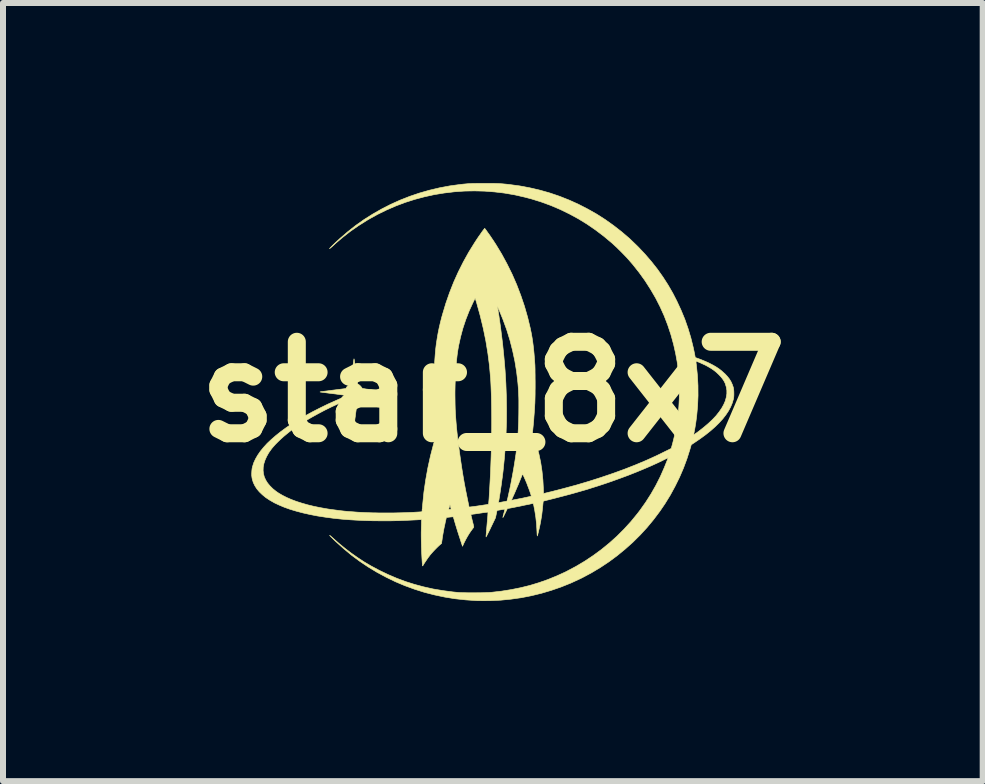
<source format=kicad_pcb>
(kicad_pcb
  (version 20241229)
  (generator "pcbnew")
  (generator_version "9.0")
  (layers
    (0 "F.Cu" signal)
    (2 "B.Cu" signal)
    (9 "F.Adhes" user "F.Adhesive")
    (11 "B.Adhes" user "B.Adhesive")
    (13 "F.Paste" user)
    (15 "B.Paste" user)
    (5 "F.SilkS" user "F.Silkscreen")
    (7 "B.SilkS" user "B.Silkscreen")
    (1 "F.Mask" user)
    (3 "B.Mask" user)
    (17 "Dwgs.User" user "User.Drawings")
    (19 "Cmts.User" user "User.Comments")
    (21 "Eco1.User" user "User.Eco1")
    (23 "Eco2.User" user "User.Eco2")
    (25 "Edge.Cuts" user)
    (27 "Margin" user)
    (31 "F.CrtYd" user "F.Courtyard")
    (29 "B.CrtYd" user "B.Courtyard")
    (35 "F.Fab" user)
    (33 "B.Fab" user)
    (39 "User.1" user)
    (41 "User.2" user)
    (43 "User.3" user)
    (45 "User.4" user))
  (footprint "star_8x7"
    (layer "F.Cu")
    (at 5.16 3.478)
    (property "Reference" "star_8x7" (at 0 0 0) (layer "F.SilkS") (effects (font (size 1.524 1.524) (thickness 0.3))))
    (attr through_hole)
    (fp_poly (pts (xy -0.082 -3.473) (xy -0.036 -3.473) (xy 0.004 -3.473) (xy 0.04 -3.472) (xy 0.072 -3.471) (xy 0.102 -3.47) (xy 0.131 -3.468) (xy 0.16 -3.466) (xy 0.191 -3.463) (xy 0.224 -3.46) (xy 0.262 -3.456) (xy 0.277 -3.454) (xy 0.448 -3.431) (xy 0.618 -3.399) (xy 0.785 -3.36) (xy 0.95 -3.313) (xy 1.112 -3.258) (xy 1.271 -3.195) (xy 1.426 -3.125) (xy 1.578 -3.047) (xy 1.727 -2.963) (xy 1.871 -2.871) (xy 2.01 -2.772) (xy 2.145 -2.667) (xy 2.276 -2.555) (xy 2.4 -2.436) (xy 2.424 -2.412) (xy 2.537 -2.292) (xy 2.643 -2.169) (xy 2.742 -2.043) (xy 2.834 -1.913) (xy 2.92 -1.779) (xy 3 -1.64) (xy 3.065 -1.513) (xy 3.134 -1.364) (xy 3.197 -1.212) (xy 3.251 -1.058) (xy 3.298 -0.902) (xy 3.337 -0.745) (xy 3.358 -0.647) (xy 3.372 -0.572) (xy 3.399 -0.563) (xy 3.432 -0.551) (xy 3.469 -0.537) (xy 3.508 -0.521) (xy 3.548 -0.504) (xy 3.585 -0.488) (xy 3.605 -0.478) (xy 3.665 -0.447) (xy 3.719 -0.416) (xy 3.767 -0.384) (xy 3.811 -0.35) (xy 3.852 -0.313) (xy 3.868 -0.299) (xy 3.908 -0.256) (xy 3.941 -0.214) (xy 3.967 -0.171) (xy 3.988 -0.125) (xy 4.005 -0.077) (xy 4.006 -0.073) (xy 4.011 -0.047) (xy 4.014 -0.016) (xy 4.015 0.018) (xy 4.015 0.053) (xy 4.013 0.086) (xy 4.009 0.114) (xy 4.007 0.121) (xy 3.988 0.186) (xy 3.961 0.251) (xy 3.926 0.316) (xy 3.882 0.382) (xy 3.831 0.448) (xy 3.771 0.514) (xy 3.703 0.581) (xy 3.627 0.648) (xy 3.543 0.715) (xy 3.45 0.783) (xy 3.369 0.838) (xy 3.305 0.881) (xy 3.283 0.958) (xy 3.233 1.115) (xy 3.175 1.271) (xy 3.109 1.424) (xy 3.035 1.574) (xy 2.955 1.721) (xy 2.867 1.864) (xy 2.781 1.99) (xy 2.678 2.127) (xy 2.568 2.26) (xy 2.452 2.386) (xy 2.33 2.507) (xy 2.202 2.621) (xy 2.069 2.73) (xy 1.931 2.832) (xy 1.788 2.927) (xy 1.639 3.016) (xy 1.487 3.097) (xy 1.452 3.114) (xy 1.296 3.186) (xy 1.136 3.25) (xy 0.974 3.306) (xy 0.809 3.355) (xy 0.641 3.396) (xy 0.472 3.429) (xy 0.302 3.453) (xy 0.131 3.47) (xy -0.041 3.478) (xy -0.15 3.479) (xy -0.18 3.479) (xy -0.209 3.478) (xy -0.235 3.478) (xy -0.256 3.478) (xy -0.271 3.477) (xy -0.275 3.477) (xy -0.454 3.465) (xy -0.63 3.446) (xy -0.803 3.418) (xy -0.973 3.382) (xy -1.141 3.339) (xy -1.305 3.287) (xy -1.467 3.228) (xy -1.626 3.161) (xy -1.782 3.085) (xy -1.934 3.003) (xy -2.079 2.915) (xy -2.219 2.821) (xy -2.355 2.72) (xy -2.486 2.611) (xy -2.614 2.496) (xy -2.655 2.456) (xy -2.677 2.434) (xy -2.695 2.416) (xy -2.708 2.403) (xy -2.716 2.393) (xy -2.719 2.389) (xy -2.717 2.389) (xy -2.71 2.395) (xy -2.697 2.406) (xy -2.681 2.42) (xy -2.573 2.516) (xy -2.466 2.604) (xy -2.359 2.686) (xy -2.251 2.762) (xy -2.141 2.834) (xy -2.027 2.901) (xy -1.909 2.964) (xy -1.89 2.974) (xy -1.746 3.043) (xy -1.601 3.105) (xy -1.454 3.16) (xy -1.305 3.207) (xy -1.152 3.248) (xy -0.996 3.283) (xy -0.836 3.31) (xy -0.67 3.332) (xy -0.58 3.341) (xy -0.555 3.343) (xy -0.522 3.344) (xy -0.484 3.345) (xy -0.44 3.346) (xy -0.394 3.347) (xy -0.345 3.347) (xy -0.295 3.347) (xy -0.245 3.346) (xy -0.196 3.346) (xy -0.15 3.345) (xy -0.108 3.343) (xy -0.071 3.342) (xy -0.041 3.34) (xy -0.025 3.339) (xy 0.143 3.32) (xy 0.305 3.294) (xy 0.464 3.262) (xy 0.618 3.224) (xy 0.769 3.178) (xy 0.917 3.126) (xy 1.064 3.066) (xy 1.209 3) (xy 1.236 2.986) (xy 1.387 2.906) (xy 1.533 2.819) (xy 1.674 2.725) (xy 1.81 2.625) (xy 1.941 2.518) (xy 2.067 2.405) (xy 2.186 2.286) (xy 2.3 2.161) (xy 2.408 2.029) (xy 2.451 1.973) (xy 2.546 1.839) (xy 2.634 1.701) (xy 2.715 1.559) (xy 2.789 1.413) (xy 2.856 1.261) (xy 2.909 1.129) (xy 2.921 1.096) (xy 2.865 1.124) (xy 2.757 1.177) (xy 2.641 1.23) (xy 2.518 1.283) (xy 2.39 1.336) (xy 2.256 1.389) (xy 2.118 1.44) (xy 1.977 1.491) (xy 1.854 1.533) (xy 1.754 1.566) (xy 1.658 1.596) (xy 1.564 1.626) (xy 1.47 1.653) (xy 1.376 1.68) (xy 1.279 1.707) (xy 1.177 1.734) (xy 1.069 1.762) (xy 1.039 1.77) (xy 0.84 1.82) (xy 0.837 1.84) (xy 0.836 1.851) (xy 0.834 1.869) (xy 0.832 1.891) (xy 0.829 1.916) (xy 0.828 1.933) (xy 0.814 2.055) (xy 0.794 2.173) (xy 0.793 2.178) (xy 0.789 2.199) (xy 0.784 2.223) (xy 0.778 2.25) (xy 0.772 2.278) (xy 0.765 2.306) (xy 0.759 2.333) (xy 0.753 2.357) (xy 0.748 2.377) (xy 0.744 2.391) (xy 0.741 2.399) (xy 0.741 2.4) (xy 0.74 2.397) (xy 0.739 2.388) (xy 0.737 2.372) (xy 0.736 2.352) (xy 0.735 2.328) (xy 0.735 2.326) (xy 0.728 2.203) (xy 0.715 2.084) (xy 0.697 1.969) (xy 0.692 1.944) (xy 0.686 1.915) (xy 0.682 1.893) (xy 0.678 1.878) (xy 0.675 1.868) (xy 0.672 1.862) (xy 0.669 1.86) (xy 0.665 1.859) (xy 0.661 1.86) (xy 0.631 1.866) (xy 0.596 1.874) (xy 0.559 1.881) (xy 0.519 1.889) (xy 0.479 1.898) (xy 0.44 1.906) (xy 0.403 1.913) (xy 0.37 1.92) (xy 0.341 1.926) (xy 0.318 1.93) (xy 0.304 1.933) (xy 0.242 1.944) (xy 0.205 2.021) (xy 0.194 2.044) (xy 0.184 2.064) (xy 0.176 2.079) (xy 0.17 2.09) (xy 0.167 2.093) (xy 0.167 2.093) (xy 0.167 2.088) (xy 0.17 2.076) (xy 0.174 2.059) (xy 0.179 2.038) (xy 0.184 2.021) (xy 0.19 1.999) (xy 0.195 1.979) (xy 0.199 1.964) (xy 0.201 1.955) (xy 0.202 1.953) (xy 0.197 1.953) (xy 0.186 1.955) (xy 0.17 1.958) (xy 0.149 1.961) (xy 0.135 1.964) (xy 0.07 1.975) (xy 0.057 2.036) (xy 0.044 2.098) (xy -0.034 2.26) (xy -0.05 2.294) (xy -0.066 2.326) (xy -0.08 2.354) (xy -0.092 2.377) (xy -0.101 2.396) (xy -0.109 2.409) (xy -0.113 2.416) (xy -0.113 2.416) (xy -0.113 2.41) (xy -0.113 2.397) (xy -0.111 2.378) (xy -0.109 2.353) (xy -0.107 2.324) (xy -0.104 2.292) (xy -0.102 2.268) (xy -0.097 2.212) (xy -0.093 2.164) (xy -0.089 2.123) (xy -0.086 2.089) (xy -0.084 2.061) (xy -0.083 2.04) (xy -0.082 2.024) (xy -0.081 2.013) (xy -0.081 2.006) (xy -0.082 2.004) (xy -0.087 2.003) (xy -0.099 2.005) (xy -0.117 2.007) (xy -0.139 2.01) (xy -0.166 2.013) (xy -0.187 2.017) (xy -0.218 2.021) (xy -0.249 2.026) (xy -0.278 2.03) (xy -0.303 2.034) (xy -0.322 2.036) (xy -0.329 2.037) (xy -0.347 2.04) (xy -0.359 2.042) (xy -0.364 2.045) (xy -0.366 2.048) (xy -0.366 2.049) (xy -0.364 2.055) (xy -0.361 2.067) (xy -0.357 2.086) (xy -0.351 2.109) (xy -0.345 2.135) (xy -0.341 2.15) (xy -0.334 2.178) (xy -0.328 2.202) (xy -0.323 2.223) (xy -0.32 2.239) (xy -0.318 2.248) (xy -0.318 2.25) (xy -0.32 2.256) (xy -0.326 2.266) (xy -0.336 2.278) (xy -0.337 2.28) (xy -0.365 2.318) (xy -0.395 2.362) (xy -0.424 2.41) (xy -0.451 2.459) (xy -0.476 2.507) (xy -0.493 2.544) (xy -0.505 2.572) (xy -0.528 2.504) (xy -0.546 2.448) (xy -0.566 2.387) (xy -0.586 2.325) (xy -0.605 2.263) (xy -0.623 2.205) (xy -0.633 2.17) (xy -0.641 2.144) (xy -0.647 2.121) (xy -0.653 2.103) (xy -0.657 2.089) (xy -0.66 2.083) (xy -0.66 2.082) (xy -0.665 2.082) (xy -0.676 2.082) (xy -0.691 2.083) (xy -0.71 2.085) (xy -0.729 2.087) (xy -0.747 2.089) (xy -0.761 2.091) (xy -0.771 2.092) (xy -0.774 2.093) (xy -0.775 2.098) (xy -0.778 2.109) (xy -0.782 2.127) (xy -0.787 2.149) (xy -0.793 2.174) (xy -0.798 2.201) (xy -0.804 2.228) (xy -0.81 2.255) (xy -0.815 2.28) (xy -0.819 2.302) (xy -0.821 2.31) (xy -0.826 2.339) (xy -0.832 2.373) (xy -0.838 2.408) (xy -0.843 2.44) (xy -0.844 2.451) (xy -0.855 2.525) (xy -0.88 2.546) (xy -0.9 2.564) (xy -0.925 2.588) (xy -0.951 2.614) (xy -0.978 2.642) (xy -1.003 2.669) (xy -1.026 2.695) (xy -1.044 2.716) (xy -1.057 2.734) (xy -1.074 2.756) (xy -1.092 2.781) (xy -1.11 2.808) (xy -1.127 2.833) (xy -1.143 2.857) (xy -1.155 2.877) (xy -1.161 2.887) (xy -1.166 2.896) (xy -1.17 2.899) (xy -1.17 2.899) (xy -1.172 2.894) (xy -1.173 2.881) (xy -1.175 2.862) (xy -1.177 2.836) (xy -1.179 2.806) (xy -1.181 2.772) (xy -1.183 2.735) (xy -1.185 2.696) (xy -1.187 2.655) (xy -1.188 2.614) (xy -1.19 2.574) (xy -1.19 2.557) (xy -1.192 2.478) (xy -1.193 2.405) (xy -1.193 2.336) (xy -1.191 2.269) (xy -1.191 2.261) (xy -1.19 2.228) (xy -1.189 2.198) (xy -1.189 2.172) (xy -1.188 2.151) (xy -1.188 2.136) (xy -1.187 2.128) (xy -1.187 2.127) (xy -1.191 2.127) (xy -1.203 2.128) (xy -1.22 2.129) (xy -1.242 2.13) (xy -1.267 2.132) (xy -1.272 2.132) (xy -1.416 2.139) (xy -1.562 2.145) (xy -1.709 2.148) (xy -1.855 2.148) (xy -2 2.147) (xy -2.14 2.143) (xy -2.276 2.137) (xy -2.375 2.131) (xy -2.519 2.12) (xy -2.659 2.105) (xy -2.793 2.087) (xy -2.922 2.067) (xy -3.045 2.043) (xy -3.161 2.017) (xy -3.271 1.988) (xy -3.375 1.957) (xy -3.471 1.923) (xy -3.559 1.886) (xy -3.64 1.848) (xy -3.645 1.845) (xy -3.718 1.803) (xy -3.783 1.76) (xy -3.84 1.713) (xy -3.89 1.665) (xy -3.932 1.615) (xy -3.965 1.563) (xy -3.991 1.509) (xy -4.008 1.453) (xy -4.013 1.426) (xy -4.017 1.393) (xy -4.017 1.356) (xy -4.015 1.317) (xy -4.011 1.279) (xy -4.004 1.246) (xy -4.003 1.244) (xy -3.983 1.181) (xy -3.954 1.118) (xy -3.917 1.054) (xy -3.872 0.989) (xy -3.819 0.924) (xy -3.759 0.858) (xy -3.69 0.793) (xy -3.614 0.727) (xy -3.531 0.661) (xy -3.441 0.595) (xy -3.343 0.529) (xy -3.238 0.464) (xy -3.127 0.399) (xy -3.008 0.334) (xy -2.883 0.27) (xy -2.752 0.206) (xy -2.614 0.144) (xy -2.512 0.099) (xy -2.487 0.089) (xy -2.469 0.08) (xy -2.456 0.074) (xy -2.449 0.07) (xy -2.447 0.066) (xy -2.447 0.064) (xy -2.449 0.062) (xy -2.454 0.06) (xy -2.463 0.058) (xy -2.477 0.055) (xy -2.495 0.052) (xy -2.519 0.049) (xy -2.548 0.045) (xy -2.585 0.04) (xy -2.629 0.034) (xy -2.664 0.03) (xy -2.705 0.025) (xy -2.744 0.02) (xy -2.779 0.015) (xy -2.811 0.011) (xy -2.837 0.008) (xy -2.857 0.005) (xy -2.871 0.003) (xy -2.878 0.002) (xy -2.878 0.002) (xy -2.878 0.001) (xy -2.877 0.000295) (xy -2.873 -0.001) (xy -2.865 -0.002) (xy -2.855 -0.004) (xy -2.84 -0.006) (xy -2.82 -0.009) (xy -2.794 -0.012) (xy -2.762 -0.016) (xy -2.724 -0.021) (xy -2.678 -0.027) (xy -2.654 -0.03) (xy -2.614 -0.035) (xy -2.576 -0.04) (xy -2.541 -0.044) (xy -2.511 -0.048) (xy -2.486 -0.051) (xy -2.466 -0.054) (xy -2.454 -0.055) (xy -2.449 -0.056) (xy -2.449 -0.056) (xy -2.446 -0.06) (xy -2.442 -0.069) (xy -2.441 -0.07) (xy -2.431 -0.085) (xy -2.417 -0.101) (xy -2.4 -0.115) (xy -2.386 -0.125) (xy -2.374 -0.134) (xy -2.369 -0.145) (xy -2.368 -0.146) (xy -2.368 -0.153) (xy -2.366 -0.167) (xy -2.363 -0.188) (xy -2.359 -0.214) (xy -2.355 -0.246) (xy -2.35 -0.281) (xy -2.345 -0.319) (xy -2.341 -0.353) (xy -2.336 -0.393) (xy -2.331 -0.43) (xy -2.326 -0.463) (xy -2.322 -0.493) (xy -2.319 -0.517) (xy -2.316 -0.535) (xy -2.314 -0.546) (xy -2.314 -0.55) (xy -2.313 -0.55) (xy -2.312 -0.548) (xy -2.311 -0.545) (xy -2.31 -0.539) (xy -2.308 -0.529) (xy -2.306 -0.515) (xy -2.303 -0.496) (xy -2.3 -0.471) (xy -2.296 -0.441) (xy -2.291 -0.404) (xy -2.285 -0.359) (xy -2.282 -0.332) (xy -2.276 -0.292) (xy -2.271 -0.255) (xy -2.266 -0.221) (xy -2.262 -0.191) (xy -2.258 -0.167) (xy -2.255 -0.148) (xy -2.253 -0.136) (xy -2.252 -0.132) (xy -2.235 -0.123) (xy -2.217 -0.109) (xy -2.199 -0.09) (xy -2.183 -0.07) (xy -2.178 -0.062) (xy -2.176 -0.06) (xy -2.171 -0.058) (xy -2.162 -0.056) (xy -2.15 -0.054) (xy -2.132 -0.051) (xy -2.109 -0.047) (xy -2.08 -0.044) (xy -2.045 -0.039) (xy -2.002 -0.033) (xy -1.971 -0.029) (xy -1.921 -0.023) (xy -1.879 -0.018) (xy -1.845 -0.014) (xy -1.817 -0.01) (xy -1.795 -0.007) (xy -1.778 -0.005) (xy -1.765 -0.003) (xy -1.757 -0.001) (xy -1.752 -0.000074) (xy -1.749 0.001) (xy -1.749 0.002) (xy -1.749 0.002) (xy -1.753 0.003) (xy -1.765 0.004) (xy -1.784 0.007) (xy -1.809 0.01) (xy -1.839 0.014) (xy -1.873 0.019) (xy -1.911 0.024) (xy -1.952 0.029) (xy -1.964 0.03) (xy -2.177 0.057) (xy -2.184 0.072) (xy -2.194 0.086) (xy -2.208 0.102) (xy -2.225 0.116) (xy -2.24 0.127) (xy -2.243 0.129) (xy -2.252 0.134) (xy -2.256 0.138) (xy -2.256 0.139) (xy -2.257 0.144) (xy -2.258 0.156) (xy -2.261 0.175) (xy -2.264 0.199) (xy -2.268 0.227) (xy -2.272 0.259) (xy -2.276 0.293) (xy -2.281 0.329) (xy -2.286 0.365) (xy -2.29 0.4) (xy -2.295 0.433) (xy -2.299 0.464) (xy -2.302 0.491) (xy -2.305 0.513) (xy -2.308 0.53) (xy -2.309 0.539) (xy -2.309 0.541) (xy -2.311 0.55) (xy -2.313 0.554) (xy -2.313 0.554) (xy -2.314 0.55) (xy -2.316 0.538) (xy -2.319 0.519) (xy -2.322 0.494) (xy -2.326 0.465) (xy -2.331 0.431) (xy -2.336 0.393) (xy -2.341 0.356) (xy -2.346 0.315) (xy -2.351 0.277) (xy -2.356 0.242) (xy -2.36 0.211) (xy -2.364 0.185) (xy -2.366 0.165) (xy -2.368 0.152) (xy -2.369 0.146) (xy -2.375 0.134) (xy -2.385 0.127) (xy -2.391 0.124) (xy -2.396 0.123) (xy -2.403 0.123) (xy -2.413 0.127) (xy -2.427 0.132) (xy -2.445 0.14) (xy -2.567 0.194) (xy -2.686 0.249) (xy -2.802 0.306) (xy -2.913 0.365) (xy -3.02 0.424) (xy -3.121 0.483) (xy -3.216 0.543) (xy -3.303 0.602) (xy -3.325 0.617) (xy -3.378 0.656) (xy -3.43 0.698) (xy -3.482 0.741) (xy -3.531 0.785) (xy -3.577 0.829) (xy -3.619 0.871) (xy -3.656 0.912) (xy -3.687 0.949) (xy -3.689 0.952) (xy -3.733 1.014) (xy -3.768 1.076) (xy -3.795 1.136) (xy -3.814 1.195) (xy -3.825 1.253) (xy -3.827 1.309) (xy -3.821 1.364) (xy -3.807 1.417) (xy -3.784 1.468) (xy -3.753 1.518) (xy -3.713 1.566) (xy -3.666 1.613) (xy -3.61 1.658) (xy -3.569 1.686) (xy -3.506 1.723) (xy -3.435 1.759) (xy -3.357 1.793) (xy -3.272 1.825) (xy -3.181 1.854) (xy -3.083 1.882) (xy -2.98 1.907) (xy -2.872 1.929) (xy -2.76 1.949) (xy -2.7 1.958) (xy -2.623 1.968) (xy -2.549 1.978) (xy -2.477 1.986) (xy -2.404 1.993) (xy -2.33 1.998) (xy -2.254 2.004) (xy -2.174 2.008) (xy -2.088 2.012) (xy -1.996 2.015) (xy -1.965 2.015) (xy -1.895 2.017) (xy -1.82 2.017) (xy -1.74 2.017) (xy -1.659 2.017) (xy -1.576 2.015) (xy -1.494 2.013) (xy -1.414 2.01) (xy -1.339 2.007) (xy -1.269 2.003) (xy -1.218 2) (xy -1.181 1.997) (xy -1.179 1.984) (xy -1.178 1.976) (xy -1.177 1.961) (xy -1.177 1.958) (xy -0.737 1.958) (xy -0.733 1.959) (xy -0.724 1.959) (xy -0.713 1.958) (xy -0.703 1.957) (xy -0.696 1.955) (xy -0.696 1.954) (xy -0.696 1.95) (xy -0.698 1.939) (xy -0.702 1.924) (xy -0.704 1.916) (xy -0.714 1.879) (xy -0.725 1.917) (xy -0.73 1.933) (xy -0.734 1.947) (xy -0.736 1.956) (xy -0.737 1.958) (xy -1.177 1.958) (xy -1.175 1.94) (xy -1.173 1.915) (xy -1.17 1.887) (xy -1.168 1.865) (xy -1.148 1.668) (xy -1.119 1.469) (xy -1.083 1.268) (xy -1.039 1.067) (xy -0.987 0.866) (xy -0.949 0.734) (xy -0.933 0.679) (xy -0.938 0.629) (xy -0.948 0.533) (xy -0.956 0.438) (xy -0.963 0.344) (xy -0.968 0.247) (xy -0.972 0.147) (xy -0.975 0.047) (xy -0.631 0.047) (xy -0.63 0.129) (xy -0.629 0.209) (xy -0.627 0.286) (xy -0.623 0.362) (xy -0.618 0.438) (xy -0.612 0.516) (xy -0.605 0.597) (xy -0.596 0.683) (xy -0.586 0.774) (xy -0.573 0.872) (xy -0.573 0.872) (xy -0.555 1.012) (xy -0.536 1.144) (xy -0.517 1.272) (xy -0.497 1.396) (xy -0.476 1.518) (xy -0.453 1.639) (xy -0.428 1.762) (xy -0.418 1.811) (xy -0.396 1.918) (xy -0.384 1.918) (xy -0.377 1.917) (xy -0.363 1.915) (xy -0.343 1.913) (xy -0.318 1.909) (xy -0.289 1.906) (xy -0.258 1.901) (xy -0.255 1.901) (xy -0.211 1.894) (xy -0.174 1.889) (xy -0.144 1.884) (xy -0.12 1.881) (xy -0.102 1.878) (xy -0.088 1.875) (xy -0.079 1.873) (xy -0.078 1.873) (xy -0.076 1.873) (xy -0.074 1.872) (xy -0.073 1.87) (xy -0.072 1.867) (xy -0.07 1.862) (xy -0.069 1.853) (xy -0.068 1.842) (xy -0.067 1.826) (xy -0.065 1.805) (xy -0.063 1.779) (xy -0.061 1.748) (xy -0.059 1.709) (xy -0.056 1.663) (xy -0.053 1.613) (xy -0.046 1.484) (xy -0.039 1.353) (xy -0.034 1.221) (xy -0.029 1.087) (xy -0.025 0.954) (xy -0.022 0.821) (xy -0.02 0.69) (xy -0.019 0.561) (xy -0.019 0.435) (xy -0.02 0.312) (xy -0.022 0.195) (xy -0.024 0.082) (xy -0.028 -0.024) (xy -0.032 -0.124) (xy -0.037 -0.216) (xy -0.038 -0.226) (xy -0.056 -0.434) (xy -0.083 -0.642) (xy -0.117 -0.851) (xy -0.16 -1.06) (xy -0.211 -1.271) (xy -0.253 -1.422) (xy 0.076 -1.422) (xy 0.077 -1.416) (xy 0.077 -1.414) (xy 0.079 -1.404) (xy 0.082 -1.388) (xy 0.086 -1.365) (xy 0.09 -1.337) (xy 0.095 -1.304) (xy 0.101 -1.269) (xy 0.106 -1.232) (xy 0.112 -1.194) (xy 0.117 -1.156) (xy 0.122 -1.12) (xy 0.127 -1.085) (xy 0.131 -1.055) (xy 0.133 -1.039) (xy 0.162 -0.806) (xy 0.185 -0.578) (xy 0.204 -0.356) (xy 0.217 -0.139) (xy 0.225 0.075) (xy 0.228 0.286) (xy 0.227 0.495) (xy 0.22 0.702) (xy 0.208 0.909) (xy 0.191 1.115) (xy 0.17 1.322) (xy 0.159 1.412) (xy 0.153 1.454) (xy 0.147 1.498) (xy 0.141 1.545) (xy 0.134 1.592) (xy 0.127 1.639) (xy 0.12 1.685) (xy 0.113 1.727) (xy 0.107 1.765) (xy 0.102 1.798) (xy 0.097 1.824) (xy 0.095 1.835) (xy 0.094 1.843) (xy 0.097 1.845) (xy 0.104 1.844) (xy 0.113 1.842) (xy 0.128 1.84) (xy 0.147 1.836) (xy 0.169 1.832) (xy 0.175 1.831) (xy 0.196 1.827) (xy 0.215 1.824) (xy 0.228 1.821) (xy 0.235 1.819) (xy 0.236 1.819) (xy 0.237 1.814) (xy 0.24 1.805) (xy 0.309 1.805) (xy 0.313 1.805) (xy 0.325 1.803) (xy 0.343 1.8) (xy 0.367 1.795) (xy 0.396 1.79) (xy 0.429 1.783) (xy 0.466 1.776) (xy 0.506 1.768) (xy 0.526 1.763) (xy 0.556 1.757) (xy 0.582 1.751) (xy 0.605 1.746) (xy 0.623 1.742) (xy 0.634 1.739) (xy 0.638 1.738) (xy 0.639 1.732) (xy 0.636 1.72) (xy 0.631 1.702) (xy 0.623 1.679) (xy 0.614 1.652) (xy 0.603 1.622) (xy 0.591 1.59) (xy 0.578 1.557) (xy 0.566 1.524) (xy 0.553 1.493) (xy 0.54 1.463) (xy 0.528 1.436) (xy 0.52 1.418) (xy 0.495 1.365) (xy 0.478 1.41) (xy 0.463 1.447) (xy 0.446 1.489) (xy 0.427 1.536) (xy 0.406 1.584) (xy 0.385 1.633) (xy 0.365 1.68) (xy 0.35 1.714) (xy 0.338 1.74) (xy 0.328 1.762) (xy 0.32 1.781) (xy 0.313 1.796) (xy 0.31 1.804) (xy 0.309 1.805) (xy 0.24 1.805) (xy 0.241 1.802) (xy 0.245 1.783) (xy 0.251 1.76) (xy 0.257 1.732) (xy 0.264 1.701) (xy 0.271 1.668) (xy 0.279 1.633) (xy 0.286 1.599) (xy 0.293 1.565) (xy 0.3 1.533) (xy 0.302 1.52) (xy 0.327 1.39) (xy 0.349 1.267) (xy 0.368 1.149) (xy 0.385 1.036) (xy 0.398 0.925) (xy 0.41 0.816) (xy 0.419 0.707) (xy 0.425 0.597) (xy 0.43 0.485) (xy 0.432 0.369) (xy 0.433 0.258) (xy 0.433 0.197) (xy 0.433 0.144) (xy 0.432 0.095) (xy 0.43 0.05) (xy 0.428 0.006) (xy 0.426 -0.037) (xy 0.423 -0.081) (xy 0.419 -0.128) (xy 0.417 -0.152) (xy 0.396 -0.332) (xy 0.367 -0.511) (xy 0.329 -0.688) (xy 0.284 -0.864) (xy 0.23 -1.038) (xy 0.167 -1.21) (xy 0.108 -1.355) (xy 0.096 -1.382) (xy 0.087 -1.402) (xy 0.081 -1.415) (xy 0.078 -1.421) (xy 0.076 -1.422) (xy -0.253 -1.422) (xy -0.27 -1.484) (xy -0.287 -1.538) (xy -0.294 -1.563) (xy -0.333 -1.483) (xy -0.396 -1.345) (xy -0.451 -1.204) (xy -0.499 -1.06) (xy -0.538 -0.915) (xy -0.57 -0.77) (xy -0.582 -0.701) (xy -0.594 -0.619) (xy -0.604 -0.53) (xy -0.613 -0.434) (xy -0.62 -0.332) (xy -0.625 -0.225) (xy -0.629 -0.114) (xy -0.631 -0.000423) (xy -0.631 0.047) (xy -0.975 0.047) (xy -0.975 0.042) (xy -0.977 -0.07) (xy -0.977 -0.191) (xy -0.976 -0.306) (xy -0.973 -0.413) (xy -0.968 -0.515) (xy -0.961 -0.613) (xy -0.953 -0.707) (xy -0.942 -0.798) (xy -0.928 -0.888) (xy -0.913 -0.976) (xy -0.895 -1.065) (xy -0.874 -1.155) (xy -0.851 -1.246) (xy -0.837 -1.295) (xy -0.783 -1.475) (xy -0.721 -1.653) (xy -0.652 -1.828) (xy -0.575 -1.999) (xy -0.491 -2.166) (xy -0.401 -2.328) (xy -0.303 -2.486) (xy -0.273 -2.532) (xy -0.253 -2.562) (xy -0.232 -2.593) (xy -0.211 -2.622) (xy -0.192 -2.65) (xy -0.175 -2.674) (xy -0.16 -2.694) (xy -0.149 -2.708) (xy -0.146 -2.711) (xy -0.136 -2.724) (xy -0.126 -2.712) (xy -0.113 -2.695) (xy -0.097 -2.672) (xy -0.078 -2.645) (xy -0.056 -2.615) (xy -0.034 -2.583) (xy -0.012 -2.55) (xy 0.01 -2.518) (xy 0.029 -2.488) (xy 0.047 -2.461) (xy 0.049 -2.458) (xy 0.147 -2.296) (xy 0.237 -2.13) (xy 0.321 -1.96) (xy 0.397 -1.786) (xy 0.465 -1.608) (xy 0.526 -1.428) (xy 0.579 -1.244) (xy 0.624 -1.058) (xy 0.624 -1.056) (xy 0.64 -0.98) (xy 0.654 -0.901) (xy 0.666 -0.82) (xy 0.677 -0.733) (xy 0.686 -0.642) (xy 0.694 -0.544) (xy 0.699 -0.472) (xy 0.701 -0.446) (xy 0.702 -0.413) (xy 0.703 -0.374) (xy 0.703 -0.33) (xy 0.704 -0.281) (xy 0.704 -0.229) (xy 0.705 -0.176) (xy 0.705 -0.121) (xy 0.705 -0.067) (xy 0.704 -0.014) (xy 0.704 0.037) (xy 0.703 0.084) (xy 0.702 0.126) (xy 0.701 0.163) (xy 0.7 0.193) (xy 0.699 0.203) (xy 0.695 0.278) (xy 0.69 0.347) (xy 0.685 0.41) (xy 0.681 0.469) (xy 0.676 0.525) (xy 0.671 0.576) (xy 0.66 0.685) (xy 0.684 0.752) (xy 0.729 0.891) (xy 0.767 1.032) (xy 0.797 1.175) (xy 0.819 1.321) (xy 0.834 1.47) (xy 0.841 1.601) (xy 0.842 1.628) (xy 0.843 1.652) (xy 0.843 1.671) (xy 0.844 1.685) (xy 0.845 1.693) (xy 0.845 1.693) (xy 0.85 1.692) (xy 0.862 1.689) (xy 0.881 1.685) (xy 0.904 1.679) (xy 0.932 1.672) (xy 0.963 1.665) (xy 0.996 1.657) (xy 1.029 1.648) (xy 1.063 1.64) (xy 1.096 1.631) (xy 1.127 1.623) (xy 1.154 1.616) (xy 1.178 1.61) (xy 1.181 1.609) (xy 1.395 1.551) (xy 1.604 1.489) (xy 1.807 1.424) (xy 2.004 1.357) (xy 2.194 1.288) (xy 2.377 1.216) (xy 2.553 1.142) (xy 2.644 1.101) (xy 2.662 1.093) (xy 2.685 1.082) (xy 2.712 1.07) (xy 2.741 1.056) (xy 2.772 1.041) (xy 2.803 1.026) (xy 2.835 1.01) (xy 2.865 0.995) (xy 2.894 0.981) (xy 2.919 0.969) (xy 2.94 0.958) (xy 2.957 0.95) (xy 2.967 0.944) (xy 2.971 0.942) (xy 2.973 0.937) (xy 2.976 0.926) (xy 2.981 0.908) (xy 2.987 0.886) (xy 2.994 0.861) (xy 3.001 0.833) (xy 3.008 0.805) (xy 3.015 0.777) (xy 3.021 0.75) (xy 3.027 0.727) (xy 3.029 0.717) (xy 3.343 0.717) (xy 3.357 0.709) (xy 3.364 0.704) (xy 3.377 0.694) (xy 3.395 0.682) (xy 3.414 0.668) (xy 3.434 0.653) (xy 3.517 0.588) (xy 3.592 0.524) (xy 3.66 0.46) (xy 3.719 0.397) (xy 3.769 0.334) (xy 3.812 0.272) (xy 3.846 0.211) (xy 3.872 0.151) (xy 3.873 0.147) (xy 3.889 0.089) (xy 3.898 0.032) (xy 3.898 -0.025) (xy 3.889 -0.08) (xy 3.873 -0.133) (xy 3.872 -0.137) (xy 3.858 -0.167) (xy 3.841 -0.196) (xy 3.821 -0.224) (xy 3.797 -0.253) (xy 3.766 -0.286) (xy 3.766 -0.286) (xy 3.726 -0.324) (xy 3.684 -0.358) (xy 3.639 -0.389) (xy 3.588 -0.419) (xy 3.543 -0.444) (xy 3.521 -0.454) (xy 3.497 -0.465) (xy 3.473 -0.476) (xy 3.449 -0.487) (xy 3.427 -0.496) (xy 3.409 -0.503) (xy 3.394 -0.509) (xy 3.386 -0.511) (xy 3.384 -0.511) (xy 3.384 -0.506) (xy 3.385 -0.495) (xy 3.386 -0.477) (xy 3.389 -0.456) (xy 3.391 -0.44) (xy 3.408 -0.272) (xy 3.417 -0.104) (xy 3.418 0.064) (xy 3.411 0.231) (xy 3.396 0.396) (xy 3.382 0.504) (xy 3.379 0.526) (xy 3.374 0.552) (xy 3.37 0.58) (xy 3.365 0.609) (xy 3.36 0.636) (xy 3.355 0.662) (xy 3.351 0.683) (xy 3.348 0.699) (xy 3.346 0.707) (xy 3.343 0.717) (xy 3.029 0.717) (xy 3.031 0.711) (xy 3.055 0.591) (xy 3.074 0.475) (xy 3.089 0.358) (xy 3.099 0.24) (xy 3.105 0.118) (xy 3.106 0.057) (xy 3.106 -0.088) (xy 3.1 -0.228) (xy 3.088 -0.366) (xy 3.07 -0.502) (xy 3.045 -0.639) (xy 3.014 -0.777) (xy 3.01 -0.794) (xy 2.966 -0.954) (xy 2.914 -1.111) (xy 2.855 -1.265) (xy 2.787 -1.416) (xy 2.712 -1.563) (xy 2.628 -1.707) (xy 2.538 -1.848) (xy 2.439 -1.986) (xy 2.333 -2.12) (xy 2.263 -2.201) (xy 2.238 -2.229) (xy 2.208 -2.261) (xy 2.174 -2.296) (xy 2.138 -2.333) (xy 2.101 -2.369) (xy 2.065 -2.405) (xy 2.03 -2.437) (xy 1.999 -2.466) (xy 1.981 -2.482) (xy 1.848 -2.593) (xy 1.711 -2.697) (xy 1.57 -2.794) (xy 1.425 -2.883) (xy 1.276 -2.964) (xy 1.124 -3.038) (xy 0.967 -3.105) (xy 0.808 -3.163) (xy 0.645 -3.214) (xy 0.531 -3.244) (xy 0.365 -3.282) (xy 0.197 -3.311) (xy 0.029 -3.331) (xy -0.139 -3.344) (xy -0.307 -3.348) (xy -0.475 -3.345) (xy -0.643 -3.333) (xy -0.809 -3.313) (xy -0.975 -3.286) (xy -1.138 -3.25) (xy -1.3 -3.207) (xy -1.46 -3.156) (xy -1.617 -3.097) (xy -1.771 -3.03) (xy -1.922 -2.956) (xy -2.07 -2.874) (xy -2.106 -2.852) (xy -2.242 -2.766) (xy -2.374 -2.674) (xy -2.499 -2.576) (xy -2.619 -2.475) (xy -2.668 -2.429) (xy -2.685 -2.414) (xy -2.7 -2.401) (xy -2.712 -2.391) (xy -2.719 -2.386) (xy -2.721 -2.385) (xy -2.719 -2.389) (xy -2.711 -2.398) (xy -2.699 -2.411) (xy -2.683 -2.427) (xy -2.663 -2.447) (xy -2.641 -2.468) (xy -2.617 -2.491) (xy -2.592 -2.515) (xy -2.566 -2.538) (xy -2.55 -2.553) (xy -2.42 -2.665) (xy -2.286 -2.771) (xy -2.146 -2.87) (xy -2.002 -2.961) (xy -1.853 -3.046) (xy -1.701 -3.124) (xy -1.545 -3.194) (xy -1.385 -3.257) (xy -1.223 -3.312) (xy -1.058 -3.359) (xy -0.89 -3.399) (xy -0.72 -3.431) (xy -0.567 -3.452) (xy -0.526 -3.457) (xy -0.49 -3.461) (xy -0.456 -3.464) (xy -0.425 -3.467) (xy -0.395 -3.469) (xy -0.364 -3.47) (xy -0.331 -3.472) (xy -0.295 -3.472) (xy -0.255 -3.473) (xy -0.209 -3.473) (xy -0.157 -3.473) (xy -0.135 -3.473) (xy -0.082 -3.473)) (stroke (width 0.01) (type solid)) (fill yes) (layer "F.SilkS")))
  (gr_rect
    (start -3 -3)
    (end 13.32 9.962)
    (stroke (width 0.1) (type default))
    (fill no)
    (layer "Edge.Cuts")))
</source>
